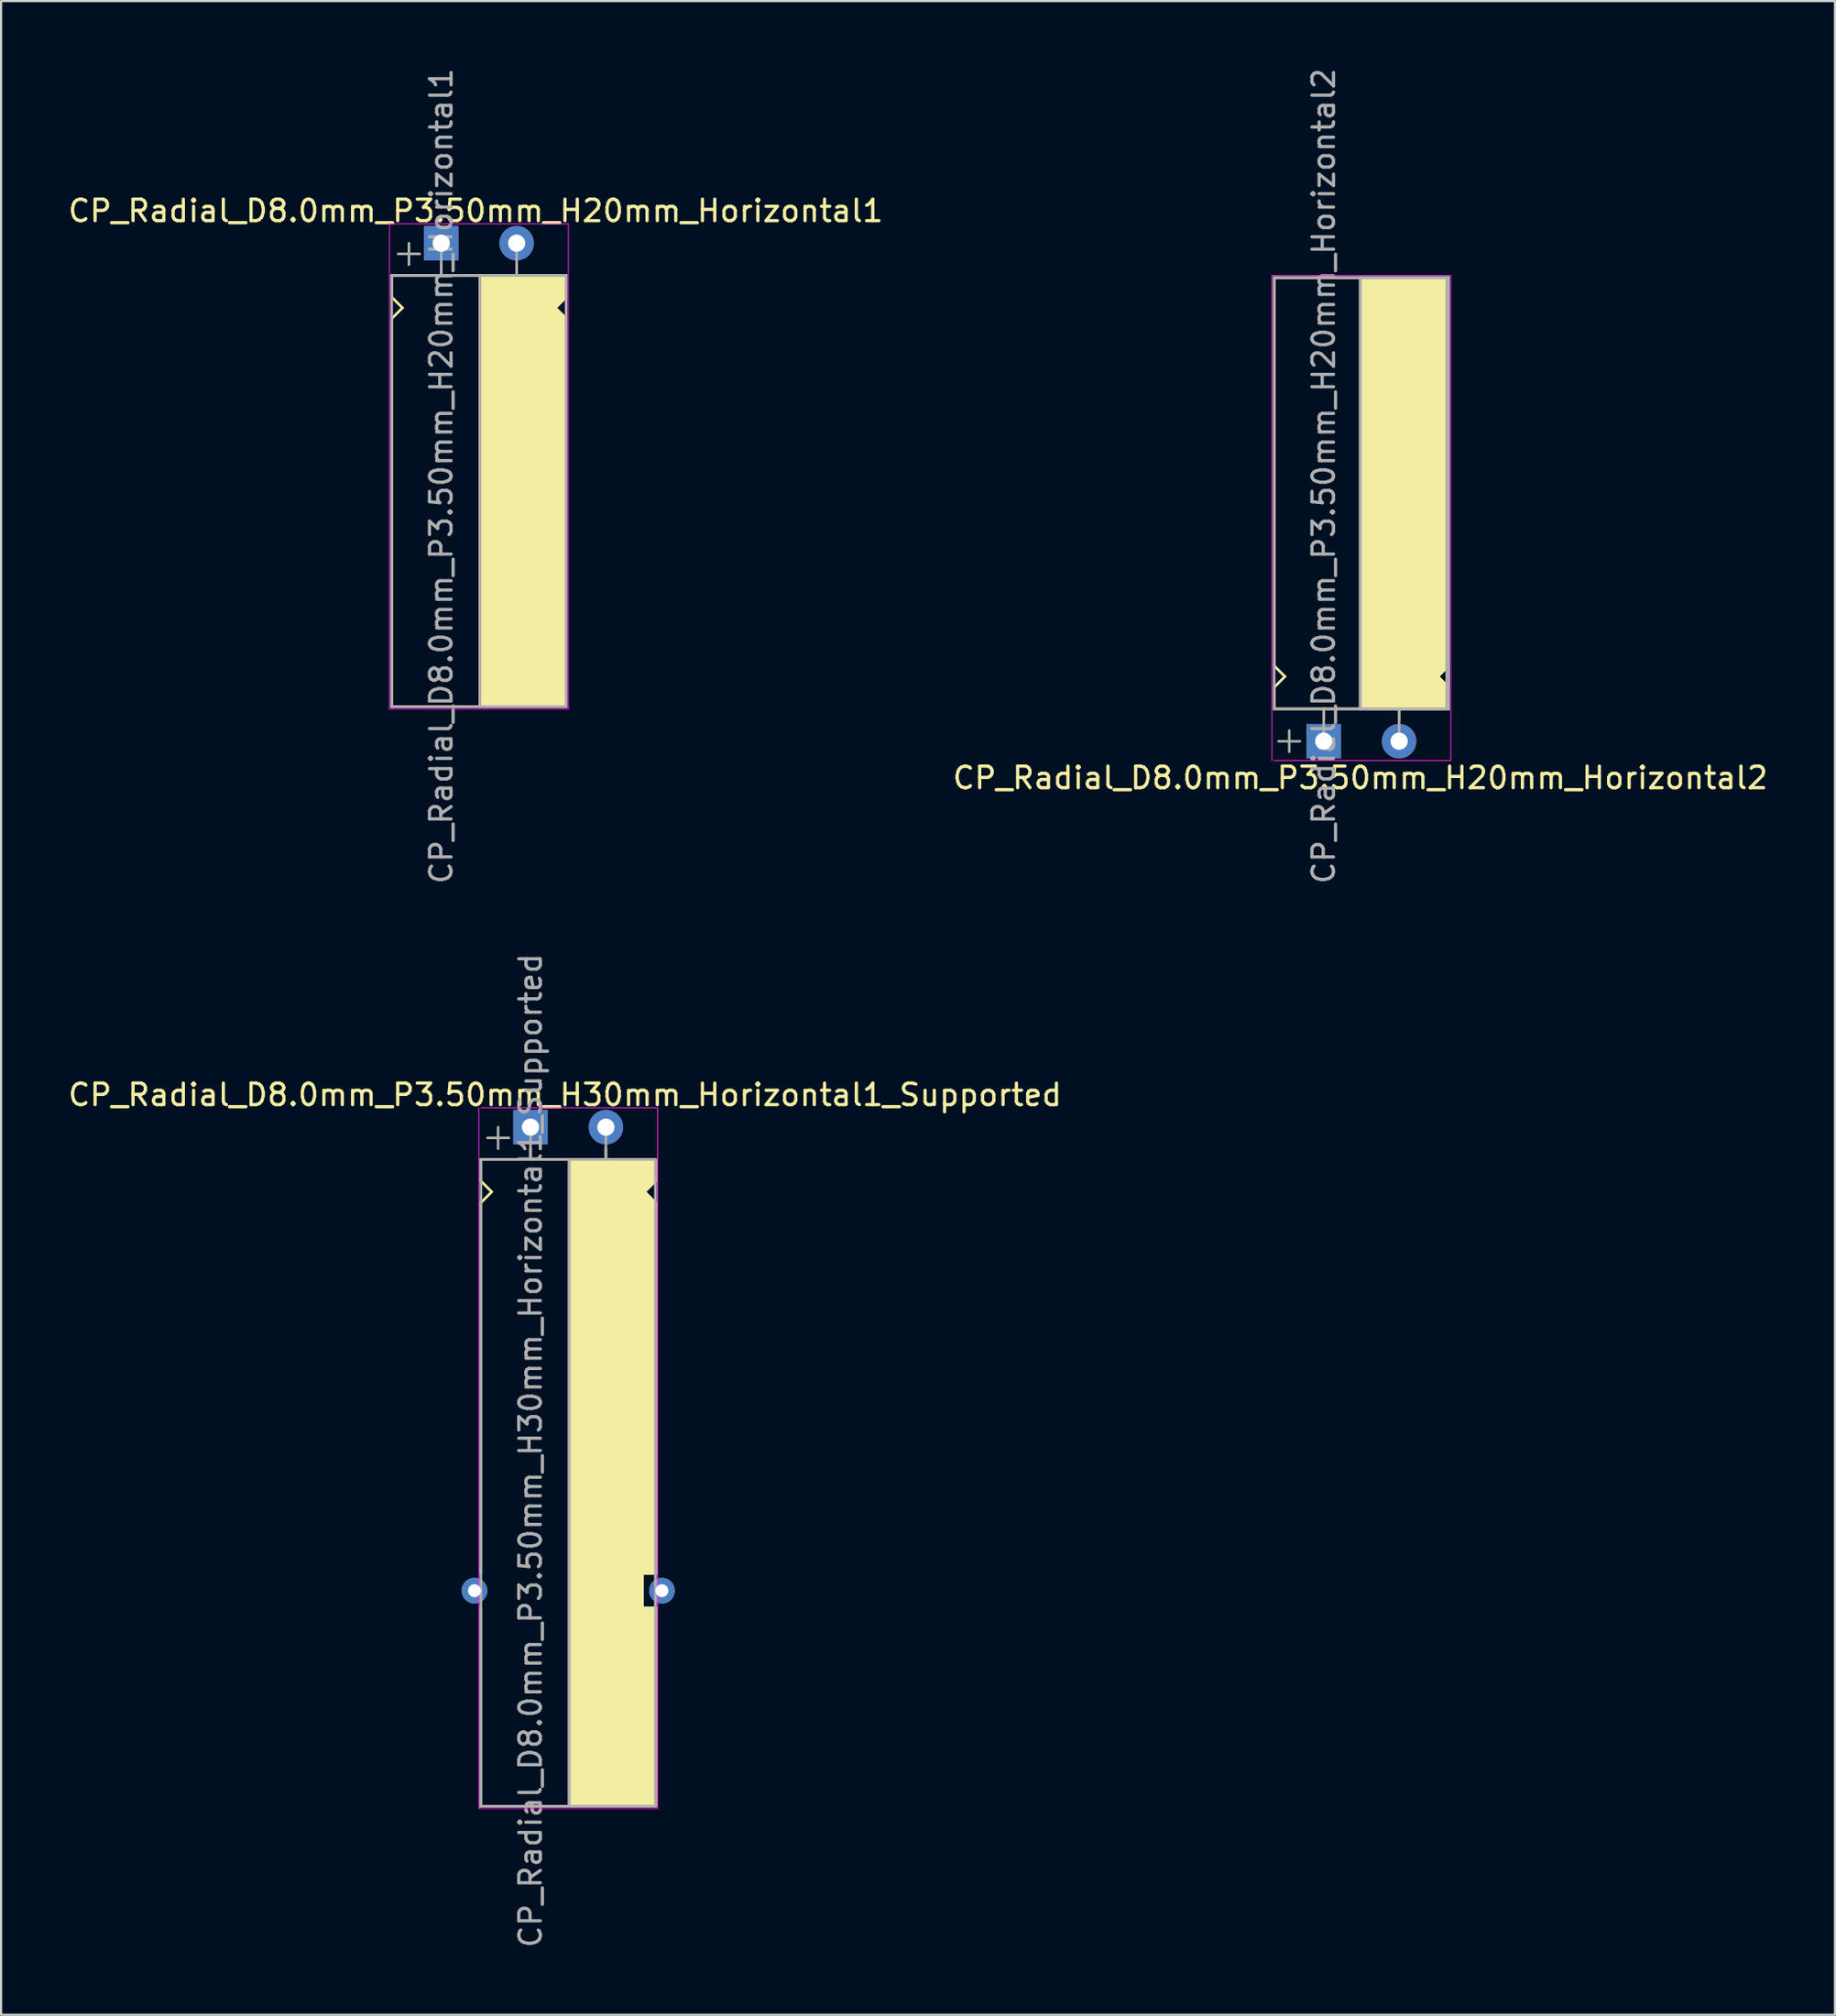
<source format=kicad_pcb>
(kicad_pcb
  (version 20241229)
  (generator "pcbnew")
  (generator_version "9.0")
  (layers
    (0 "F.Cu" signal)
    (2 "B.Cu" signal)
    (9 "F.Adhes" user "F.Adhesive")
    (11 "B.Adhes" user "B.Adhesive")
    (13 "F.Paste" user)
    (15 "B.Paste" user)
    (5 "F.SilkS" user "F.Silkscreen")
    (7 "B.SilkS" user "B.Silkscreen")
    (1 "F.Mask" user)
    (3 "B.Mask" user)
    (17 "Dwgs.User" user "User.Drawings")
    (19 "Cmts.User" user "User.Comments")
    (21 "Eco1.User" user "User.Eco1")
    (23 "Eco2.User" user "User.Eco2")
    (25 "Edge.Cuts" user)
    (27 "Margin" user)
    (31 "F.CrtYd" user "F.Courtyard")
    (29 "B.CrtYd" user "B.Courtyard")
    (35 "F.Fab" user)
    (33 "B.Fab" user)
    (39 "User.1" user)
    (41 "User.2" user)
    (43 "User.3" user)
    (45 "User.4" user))
  (footprint "CP_Radial_D8.0mm_P3.50mm_H20mm_Horizontal1"
    (layer "F.Cu")
    (at 17.43 8.23)
    (property "Reference" "CP_Radial_D8.0mm_P3.50mm_H20mm_Horizontal1" (at 1.6 -1.5 0) (layer "F.SilkS") (effects (font (size 1 1) (thickness 0.15))))
    (attr through_hole)
    (fp_line (start -2.3 1.5) (end 5.8 1.5) (stroke (width 0.12) (type solid)) (layer "F.SilkS"))
    (fp_line (start -2.3 2.5) (end -2.3 1.5) (stroke (width 0.12) (type solid)) (layer "F.SilkS"))
    (fp_line (start -2.3 3.5) (end -2.3 21.5) (stroke (width 0.12) (type solid)) (layer "F.SilkS"))
    (fp_line (start -2.3 3.5) (end -1.8 3) (stroke (width 0.12) (type solid)) (layer "F.SilkS"))
    (fp_line (start -2.3 21.5) (end 5.7 21.5) (stroke (width 0.12) (type solid)) (layer "F.SilkS"))
    (fp_line (start -2 0.5) (end -1 0.5) (stroke (width 0.1) (type solid)) (layer "F.SilkS"))
    (fp_line (start -1.8 3) (end -2.3 2.5) (stroke (width 0.12) (type solid)) (layer "F.SilkS"))
    (fp_line (start -1.5 1) (end -1.5 0) (stroke (width 0.1) (type solid)) (layer "F.SilkS"))
    (fp_line (start 0 1) (end 0 1.5) (stroke (width 0.12) (type solid)) (layer "F.SilkS"))
    (fp_line (start 1.8 21.5) (end 1.8 1.5) (stroke (width 0.12) (type solid)) (layer "F.SilkS"))
    (fp_line (start 3.5 1) (end 3.5 1.5) (stroke (width 0.12) (type solid)) (layer "F.SilkS"))
    (fp_line (start 5.3 3) (end 5.8 2.5) (stroke (width 0.12) (type solid)) (layer "F.SilkS"))
    (fp_line (start 5.8 2.5) (end 5.8 1.5) (stroke (width 0.12) (type solid)) (layer "F.SilkS"))
    (fp_line (start 5.8 3.5) (end 5.3 3) (stroke (width 0.12) (type solid)) (layer "F.SilkS"))
    (fp_line (start 5.8 3.5) (end 5.8 21.5) (stroke (width 0.12) (type solid)) (layer "F.SilkS"))
    (fp_line (start 5.8 21.5) (end 5.7 21.5) (stroke (width 0.12) (type solid)) (layer "F.SilkS"))
    (fp_poly (pts (xy 5.8 2.5) (xy 5.3 3) (xy 5.8 3.5) (xy 5.8 21.5) (xy 1.8 21.5) (xy 1.8 1.5) (xy 5.8 1.5)) (stroke (width 0.1) (type solid)) (fill yes) (layer "F.SilkS"))
    (fp_line (start -2.4 -0.9) (end 5.9 -0.9) (stroke (width 0.04) (type solid)) (layer "F.CrtYd"))
    (fp_line (start -2.4 1.5) (end -2.4 -0.9) (stroke (width 0.04) (type solid)) (layer "F.CrtYd"))
    (fp_line (start -2.4 21.6) (end -2.4 1.5) (stroke (width 0.04) (type solid)) (layer "F.CrtYd"))
    (fp_line (start 5.9 -0.9) (end 5.9 21.6) (stroke (width 0.04) (type solid)) (layer "F.CrtYd"))
    (fp_line (start 5.9 21.6) (end -2.4 21.6) (stroke (width 0.04) (type solid)) (layer "F.CrtYd"))
    (fp_line (start -2.3 1.5) (end 5.8 1.5) (stroke (width 0.12) (type solid)) (layer "F.Fab"))
    (fp_line (start -2.3 21.5) (end -2.3 1.5) (stroke (width 0.12) (type solid)) (layer "F.Fab"))
    (fp_line (start -2 0.5) (end -1 0.5) (stroke (width 0.1) (type solid)) (layer "F.Fab"))
    (fp_line (start -1.5 1) (end -1.5 0) (stroke (width 0.1) (type solid)) (layer "F.Fab"))
    (fp_line (start 0 1.5) (end 0 0) (stroke (width 0.12) (type solid)) (layer "F.Fab"))
    (fp_line (start 1.8 1.5) (end 1.8 21.5) (stroke (width 0.12) (type solid)) (layer "F.Fab"))
    (fp_line (start 3.5 1.5) (end 3.5 0) (stroke (width 0.12) (type solid)) (layer "F.Fab"))
    (fp_line (start 5.8 1.5) (end 5.8 21.5) (stroke (width 0.12) (type solid)) (layer "F.Fab"))
    (fp_line (start 5.8 21.5) (end -2.3 21.5) (stroke (width 0.12) (type solid)) (layer "F.Fab"))
    (fp_poly (pts (xy 5.8 21.5) (xy 1.8 21.5) (xy 1.8 1.5) (xy 5.8 1.5)) (stroke (width 0.1) (type solid)) (fill no) (layer "F.Fab"))
    (fp_text user "${REFERENCE}" (at 0 10.8 90) (layer "F.Fab") (effects (font (size 1 1) (thickness 0.15))))
    (pad "1" thru_hole rect (at 0 0) (size 1.6 1.6) (drill 0.8) (layers "*.Cu" "*.Mask"))
    (pad "2" thru_hole circle (at 3.5 0) (size 1.6 1.6) (drill 0.8) (layers "*.Cu" "*.Mask")))
  (footprint "CP_Radial_D8.0mm_P3.50mm_H30mm_Horizontal1_Supported"
    (layer "F.Cu")
    (at 21.573 49.232)
    (property "Reference" "CP_Radial_D8.0mm_P3.50mm_H30mm_Horizontal1_Supported" (at 1.6 -1.5 0) (layer "F.SilkS") (effects (font (size 1 1) (thickness 0.15))))
    (attr through_hole)
    (fp_line (start -2.3 1.5) (end 5.8 1.5) (stroke (width 0.12) (type solid)) (layer "F.SilkS"))
    (fp_line (start -2.3 2.5) (end -2.3 1.5) (stroke (width 0.12) (type solid)) (layer "F.SilkS"))
    (fp_line (start -2.3 3.5) (end -2.3 20.7) (stroke (width 0.12) (type solid)) (layer "F.SilkS"))
    (fp_line (start -2.3 3.5) (end -1.8 3) (stroke (width 0.12) (type solid)) (layer "F.SilkS"))
    (fp_line (start -2.3 22.3) (end -2.3 31.5) (stroke (width 0.12) (type solid)) (layer "F.SilkS"))
    (fp_line (start -2.3 31.5) (end 5.8 31.5) (stroke (width 0.12) (type solid)) (layer "F.SilkS"))
    (fp_line (start -2 0.5) (end -1 0.5) (stroke (width 0.1) (type solid)) (layer "F.SilkS"))
    (fp_line (start -1.8 3) (end -2.3 2.5) (stroke (width 0.12) (type solid)) (layer "F.SilkS"))
    (fp_line (start -1.5 1) (end -1.5 0) (stroke (width 0.1) (type solid)) (layer "F.SilkS"))
    (fp_line (start 0 1) (end 0 1.5) (stroke (width 0.12) (type solid)) (layer "F.SilkS"))
    (fp_line (start 1.8 31.5) (end 1.8 1.5) (stroke (width 0.12) (type solid)) (layer "F.SilkS"))
    (fp_line (start 3.5 1) (end 3.5 1.5) (stroke (width 0.12) (type solid)) (layer "F.SilkS"))
    (fp_line (start 5.2 20.7) (end 5.8 20.7) (stroke (width 0.12) (type solid)) (layer "F.SilkS"))
    (fp_line (start 5.2 22.3) (end 5.2 20.7) (stroke (width 0.12) (type solid)) (layer "F.SilkS"))
    (fp_line (start 5.3 3) (end 5.8 2.5) (stroke (width 0.12) (type solid)) (layer "F.SilkS"))
    (fp_line (start 5.8 2.5) (end 5.8 1.5) (stroke (width 0.12) (type solid)) (layer "F.SilkS"))
    (fp_line (start 5.8 3.5) (end 5.3 3) (stroke (width 0.12) (type solid)) (layer "F.SilkS"))
    (fp_line (start 5.8 3.5) (end 5.8 20.7) (stroke (width 0.12) (type solid)) (layer "F.SilkS"))
    (fp_line (start 5.8 22.3) (end 5.2 22.3) (stroke (width 0.12) (type solid)) (layer "F.SilkS"))
    (fp_line (start 5.8 22.3) (end 5.8 31.5) (stroke (width 0.12) (type solid)) (layer "F.SilkS"))
    (fp_poly (pts (xy 5.8 2.5) (xy 5.3 3) (xy 5.8 3.5) (xy 5.8 20.7) (xy 5.2 20.7) (xy 5.2 22.3) (xy 5.8 22.3) (xy 5.8 31.5) (xy 1.8 31.5) (xy 1.8 1.5) (xy 5.8 1.5)) (stroke (width 0.1) (type solid)) (fill yes) (layer "F.SilkS"))
    (fp_line (start -2.4 1.5) (end -2.4 -0.9) (stroke (width 0.04) (type solid)) (layer "F.CrtYd"))
    (fp_line (start -2.4 31.6) (end -2.4 1.5) (stroke (width 0.04) (type solid)) (layer "F.CrtYd"))
    (fp_line (start -2.3 -0.9) (end 5.9 -0.9) (stroke (width 0.04) (type solid)) (layer "F.CrtYd"))
    (fp_line (start 5.9 -0.9) (end 5.9 31.6) (stroke (width 0.04) (type solid)) (layer "F.CrtYd"))
    (fp_line (start 5.9 31.6) (end -2.4 31.6) (stroke (width 0.04) (type solid)) (layer "F.CrtYd"))
    (fp_line (start -2.3 1.5) (end 5.8 1.5) (stroke (width 0.12) (type solid)) (layer "F.Fab"))
    (fp_line (start -2.3 31.5) (end -2.3 1.5) (stroke (width 0.12) (type solid)) (layer "F.Fab"))
    (fp_line (start -2 0.5) (end -1 0.5) (stroke (width 0.1) (type solid)) (layer "F.Fab"))
    (fp_line (start -1.5 1) (end -1.5 0) (stroke (width 0.1) (type solid)) (layer "F.Fab"))
    (fp_line (start 0 1.5) (end 0 0) (stroke (width 0.12) (type solid)) (layer "F.Fab"))
    (fp_line (start 1.8 1.5) (end 1.8 31.5) (stroke (width 0.12) (type solid)) (layer "F.Fab"))
    (fp_line (start 3.5 1.5) (end 3.5 0) (stroke (width 0.12) (type solid)) (layer "F.Fab"))
    (fp_line (start 5.8 1.5) (end 5.8 31.5) (stroke (width 0.12) (type solid)) (layer "F.Fab"))
    (fp_line (start 5.8 31.5) (end -2.3 31.5) (stroke (width 0.12) (type solid)) (layer "F.Fab"))
    (fp_poly (pts (xy 5.8 31.5) (xy 1.8 31.5) (xy 1.8 1.5) (xy 5.8 1.5)) (stroke (width 0.1) (type solid)) (fill no) (layer "F.Fab"))
    (fp_text user "${REFERENCE}" (at 0 15 90) (layer "F.Fab") (effects (font (size 1 1) (thickness 0.15))))
    (pad "" thru_hole circle (at -2.6 21.5) (size 1.2 1.2) (drill 0.6) (layers "*.Cu" "*.Mask"))
    (pad "" thru_hole circle (at 6.1 21.5) (size 1.2 1.2) (drill 0.6) (layers "*.Cu" "*.Mask"))
    (pad "1" thru_hole rect (at 0 0) (size 1.6 1.6) (drill 0.8) (layers "*.Cu" "*.Mask"))
    (pad "2" thru_hole circle (at 3.5 0) (size 1.6 1.6) (drill 0.8) (layers "*.Cu" "*.Mask")))
  (footprint "CP_Radial_D8.0mm_P3.50mm_H20mm_Horizontal2"
    (layer "F.Cu")
    (at 58.389 31.33)
    (property "Reference" "CP_Radial_D8.0mm_P3.50mm_H20mm_Horizontal2" (at 1.7 1.7 0) (layer "F.SilkS") (effects (font (size 1 1) (thickness 0.15))))
    (attr through_hole)
    (fp_line (start -2.3 -21.5) (end -2.2 -21.5) (stroke (width 0.12) (type solid)) (layer "F.SilkS"))
    (fp_line (start -2.3 -3.5) (end -2.3 -21.5) (stroke (width 0.12) (type solid)) (layer "F.SilkS"))
    (fp_line (start -2.3 -2.5) (end -1.8 -3) (stroke (width 0.12) (type solid)) (layer "F.SilkS"))
    (fp_line (start -2.3 -1.5) (end -2.3 -2.5) (stroke (width 0.12) (type solid)) (layer "F.SilkS"))
    (fp_line (start -2.1 0) (end -1.1 0) (stroke (width 0.1) (type solid)) (layer "F.SilkS"))
    (fp_line (start -1.8 -3) (end -2.3 -3.5) (stroke (width 0.12) (type solid)) (layer "F.SilkS"))
    (fp_line (start -1.6 0.5) (end -1.6 -0.5) (stroke (width 0.1) (type solid)) (layer "F.SilkS"))
    (fp_line (start 0 -1) (end 0 -1.5) (stroke (width 0.12) (type solid)) (layer "F.SilkS"))
    (fp_line (start 1.7 -21.5) (end 1.7 -1.5) (stroke (width 0.12) (type solid)) (layer "F.SilkS"))
    (fp_line (start 3.5 -1) (end 3.5 -1.5) (stroke (width 0.12) (type solid)) (layer "F.SilkS"))
    (fp_line (start 5.3 -3) (end 5.8 -3.5) (stroke (width 0.12) (type solid)) (layer "F.SilkS"))
    (fp_line (start 5.8 -21.5) (end -2.2 -21.5) (stroke (width 0.12) (type solid)) (layer "F.SilkS"))
    (fp_line (start 5.8 -3.5) (end 5.8 -21.5) (stroke (width 0.12) (type solid)) (layer "F.SilkS"))
    (fp_line (start 5.8 -2.5) (end 5.3 -3) (stroke (width 0.12) (type solid)) (layer "F.SilkS"))
    (fp_line (start 5.8 -1.5) (end -2.3 -1.5) (stroke (width 0.12) (type solid)) (layer "F.SilkS"))
    (fp_line (start 5.8 -1.5) (end 5.8 -2.5) (stroke (width 0.12) (type solid)) (layer "F.SilkS"))
    (fp_poly (pts (xy 5.8 -3.5) (xy 5.3 -3) (xy 5.8 -2.5) (xy 5.8 -1.5) (xy 1.7 -1.5) (xy 1.7 -21.5) (xy 5.8 -21.5)) (stroke (width 0.1) (type solid)) (fill yes) (layer "F.SilkS"))
    (fp_line (start -2.4 -21.6) (end 5.9 -21.6) (stroke (width 0.04) (type solid)) (layer "F.CrtYd"))
    (fp_line (start -2.4 0.9) (end -2.4 -21.6) (stroke (width 0.04) (type solid)) (layer "F.CrtYd"))
    (fp_line (start -2.3 0.9) (end 5.9 0.9) (stroke (width 0.04) (type solid)) (layer "F.CrtYd"))
    (fp_line (start 5.9 -21.6) (end 5.9 -1.5) (stroke (width 0.04) (type solid)) (layer "F.CrtYd"))
    (fp_line (start 5.9 -1.5) (end 5.9 0.9) (stroke (width 0.04) (type solid)) (layer "F.CrtYd"))
    (fp_line (start -2.3 -21.5) (end 5.8 -21.5) (stroke (width 0.12) (type solid)) (layer "F.Fab"))
    (fp_line (start -2.3 -1.5) (end -2.3 -21.5) (stroke (width 0.12) (type solid)) (layer "F.Fab"))
    (fp_line (start -2.1 0) (end -1.1 0) (stroke (width 0.1) (type solid)) (layer "F.Fab"))
    (fp_line (start -1.6 0.5) (end -1.6 -0.5) (stroke (width 0.1) (type solid)) (layer "F.Fab"))
    (fp_line (start 0 -1.5) (end 0 0) (stroke (width 0.12) (type solid)) (layer "F.Fab"))
    (fp_line (start 1.7 -1.5) (end 1.7 -21.5) (stroke (width 0.12) (type solid)) (layer "F.Fab"))
    (fp_line (start 3.5 -1.5) (end 3.5 0) (stroke (width 0.12) (type solid)) (layer "F.Fab"))
    (fp_line (start 5.8 -21.5) (end 5.8 -1.5) (stroke (width 0.12) (type solid)) (layer "F.Fab"))
    (fp_line (start 5.8 -1.5) (end -2.3 -1.5) (stroke (width 0.12) (type solid)) (layer "F.Fab"))
    (fp_poly (pts (xy 1.7 -21.5) (xy 5.7 -21.5) (xy 5.7 -1.5) (xy 1.7 -1.5)) (stroke (width 0.1) (type solid)) (fill no) (layer "F.Fab"))
    (fp_text user "${REFERENCE}" (at 0 -12.3 90) (layer "F.Fab") (effects (font (size 1 1) (thickness 0.15))))
    (pad "1" thru_hole rect (at 0 0) (size 1.6 1.6) (drill 0.8) (layers "*.Cu" "*.Mask"))
    (pad "2" thru_hole circle (at 3.5 0) (size 1.6 1.6) (drill 0.8) (layers "*.Cu" "*.Mask")))
  (gr_rect
    (start -3 -3)
    (end 82.119 90.405)
    (stroke (width 0.1) (type default))
    (fill no)
    (layer "Edge.Cuts")))
</source>
